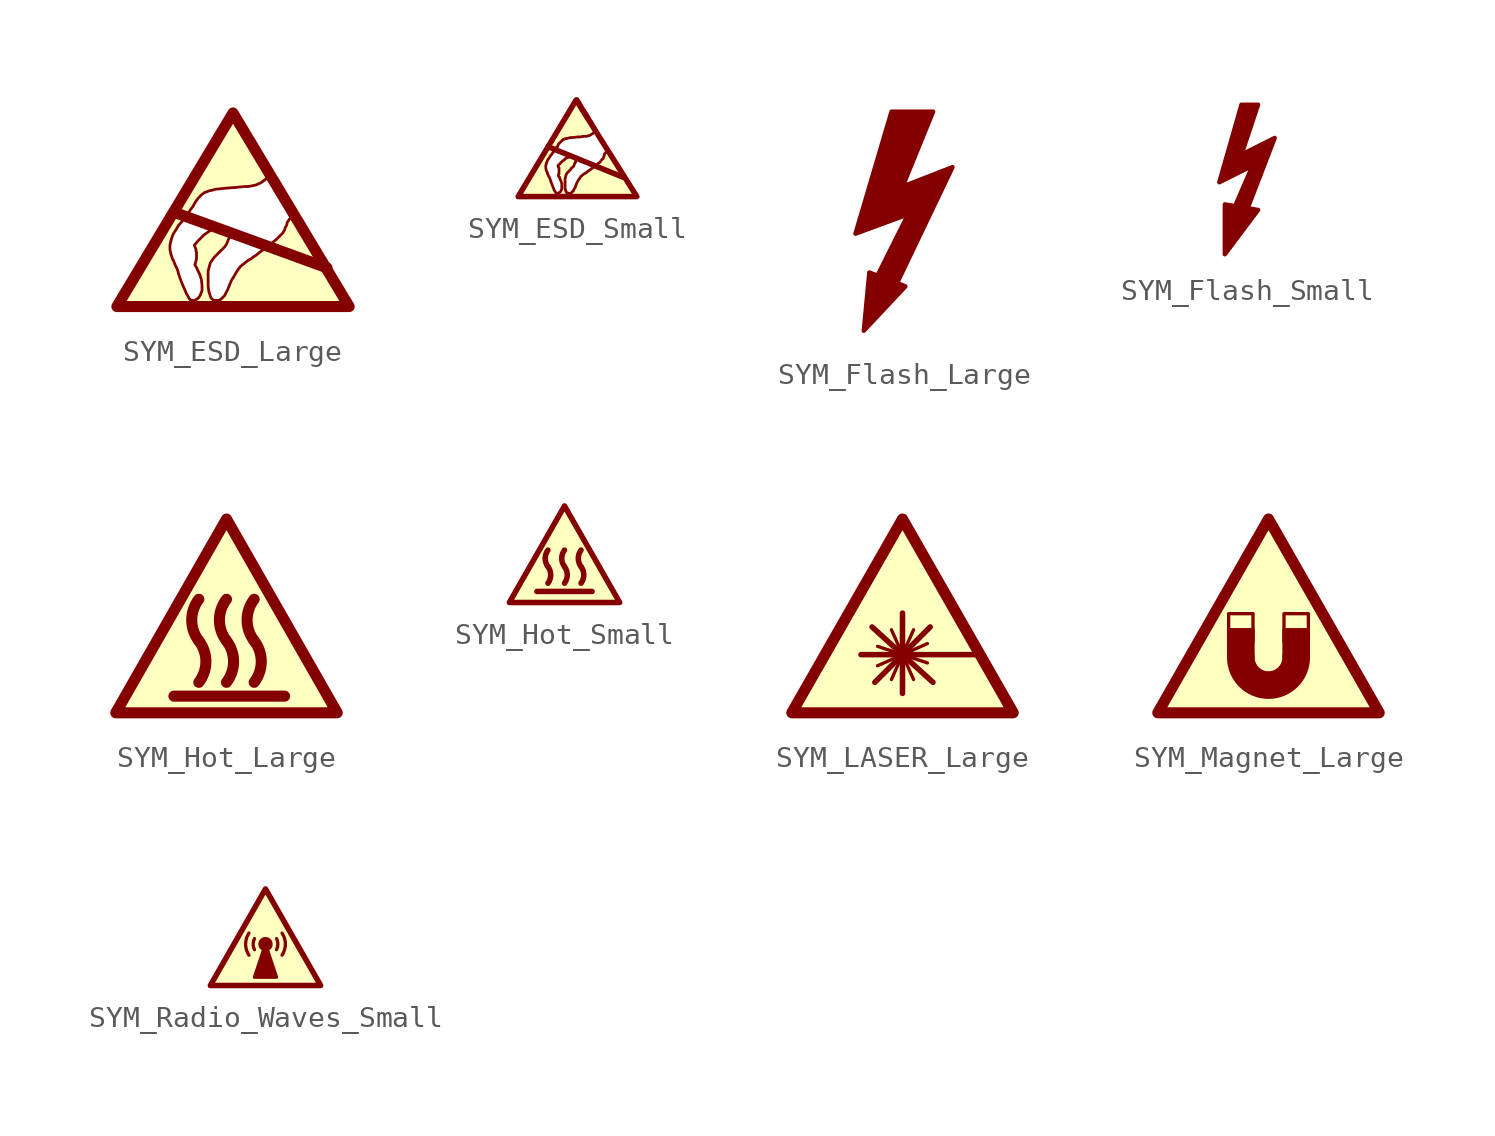
<source format=kicad_sym>
(kicad_symbol_lib
  (version 20241209)
  (generator "kicad_symbol_editor")
  (generator_version "9.0")
  (symbol "SYM_ESD_Large"
    (property "Reference" "#SYM"
      (at 0 5.08 0)
      (effects (font (size 1.27 1.27)) (hide yes)))
    (symbol "SYM_ESD_Large_0_0"
      (polyline (pts (xy -2.667 -0.762) (xy 4.318 -3.302)) (stroke (width 0.508) (type default)) (fill (type none)))
      (polyline (pts (xy 0.483 -5.131) (xy 5.385 -5.131) (xy 5.385 -5.105) (xy 5.334 -5.055) (xy 5.283 -4.953) (xy 5.207 -4.826) (xy 5.004 -4.47) (xy 4.877 -4.267) (xy 4.75 -4.039) (xy 4.14 -3.023) (xy 3.988 -2.743) (xy 3.531 -1.981) (xy 3.404 -1.753) (xy 3.277 -1.549) (xy 3.15 -1.372) (xy 3.073 -1.194) (xy 2.997 -1.067) (xy 2.921 -0.965) (xy 2.896 -0.889) (xy 2.845 -0.838) (xy 2.819 -0.864) (xy 2.769 -0.889) (xy 2.591 -1.067) (xy 2.489 -1.219) (xy 2.464 -1.346) (xy 2.413 -1.422) (xy 2.362 -1.575) (xy 2.286 -1.702) (xy 1.981 -2.007) (xy 1.854 -2.108) (xy 1.702 -2.235) (xy 1.549 -2.337) (xy 1.397 -2.464) (xy 1.219 -2.591) (xy 1.067 -2.718) (xy 0.914 -2.819) (xy 0.813 -2.896) (xy 0.711 -2.946) (xy 0.61 -3.023) (xy 0.356 -3.226) (xy 0.254 -3.353) (xy 0.152 -3.505) (xy 0.051 -3.683) (xy -0.076 -3.886) (xy -0.229 -4.267) (xy -0.381 -4.572) (xy -0.533 -4.724) (xy -0.61 -4.775) (xy -0.635 -4.801) (xy -0.838 -4.801) (xy -0.914 -4.775) (xy -1.016 -4.674) (xy -1.067 -4.521) (xy -1.118 -4.343) (xy -1.143 -4.115) (xy -1.143 -3.454) (xy -1.092 -3.251) (xy -1.041 -3.073) (xy -0.94 -2.921) (xy -0.838 -2.794) (xy -0.381 -2.337) (xy -0.305 -2.235) (xy -0.203 -1.981) (xy -0.178 -1.93) (xy -0.152 -1.829) (xy -0.127 -1.753) (xy -0.127 -1.727) (xy -0.203 -1.651) (xy -0.254 -1.575) (xy -0.356 -1.524) (xy -0.432 -1.448) (xy -0.508 -1.397) (xy -0.559 -1.346) (xy -0.61 -1.346) (xy -0.66 -1.372) (xy -0.737 -1.422) (xy -0.838 -1.473) (xy -0.965 -1.549) (xy -1.067 -1.6) (xy -1.168 -1.676) (xy -1.321 -1.778) (xy -1.6 -2.057) (xy -1.778 -2.261) (xy -1.727 -2.388) (xy -1.702 -2.438) (xy -1.702 -2.515) (xy -1.676 -2.591) (xy -1.676 -2.87) (xy -1.702 -2.997) (xy -1.727 -3.073) (xy -1.727 -3.099) (xy -1.753 -3.15) (xy -1.702 -3.251) (xy -1.651 -3.327) (xy -1.651 -3.353) (xy -1.524 -3.607) (xy -1.448 -3.861) (xy -1.422 -4.14) (xy -1.422 -4.343) (xy -1.448 -4.42) (xy -1.473 -4.47) (xy -1.499 -4.547) (xy -1.575 -4.674) (xy -1.676 -4.75) (xy -1.778 -4.801) (xy -1.88 -4.801) (xy -1.956 -4.775) (xy -2.007 -4.724) (xy -2.057 -4.623) (xy -2.134 -4.496) (xy -2.21 -4.318) (xy -2.311 -4.089) (xy -2.413 -3.835) (xy -2.515 -3.531) (xy -2.515 -3.505) (xy -2.565 -3.353) (xy -2.642 -3.2) (xy -2.743 -2.946) (xy -2.769 -2.921) (xy -2.845 -2.692) (xy -2.896 -2.464) (xy -2.896 -2.261) (xy -2.845 -2.032) (xy -2.769 -1.803) (xy -2.718 -1.702) (xy -2.616 -1.549) (xy -2.515 -1.372) (xy -2.362 -1.194) (xy -2.21 -0.991) (xy -2.108 -0.889) (xy -1.956 -0.635) (xy -1.88 -0.533) (xy -1.854 -0.508) (xy -1.727 -0.279) (xy -1.6 -0.102) (xy -1.448 0.051) (xy -1.321 0.152) (xy -1.168 0.203) (xy -1.118 0.229) (xy -0.991 0.254) (xy -0.813 0.305) (xy -0.584 0.33) (xy -0.33 0.356) (xy -0.025 0.381) (xy 0.025 0.381) (xy 0.279 0.406) (xy 0.508 0.432) (xy 0.686 0.432) (xy 0.838 0.457) (xy 0.965 0.483) (xy 1.067 0.508) (xy 1.168 0.559) (xy 1.245 0.584) (xy 1.321 0.635) (xy 1.524 0.787) (xy 1.727 0.991) (xy 1.727 1.041) (xy 1.702 1.092) (xy 1.651 1.168) (xy 1.6 1.27) (xy 1.499 1.422) (xy 1.422 1.6) (xy 1.168 2.007) (xy 1.041 2.235) (xy 0.66 2.87) (xy 0.508 3.099) (xy 0.406 3.302) (xy 0.305 3.454) (xy 0.229 3.581) (xy 0.152 3.683) (xy 0.102 3.759) (xy 0.051 3.861) (xy 0.025 3.886) (xy -0.051 3.886) (xy -0.051 3.861) (xy -0.127 3.785) (xy -0.152 3.734) (xy -0.203 3.658) (xy -0.254 3.556) (xy -0.406 3.302) (xy -0.508 3.15) (xy -0.61 2.972) (xy -0.737 2.769) (xy -1.041 2.261) (xy -1.219 1.956) (xy -1.422 1.626) (xy -1.88 0.864) (xy -2.134 0.406) (xy -2.438 -0.076) (xy -2.743 -0.61) (xy -2.921 -0.889) (xy -3.429 -1.753) (xy -3.658 -2.159) (xy -3.886 -2.54) (xy -4.115 -2.896) (xy -4.318 -3.251) (xy -4.521 -3.581) (xy -4.674 -3.886) (xy -4.851 -4.14) (xy -4.978 -4.394) (xy -5.105 -4.597) (xy -5.232 -4.775) (xy -5.359 -5.029) (xy -5.41 -5.105) (xy -5.41 -5.131) (xy -0.711 -5.131) (xy -0.025 -5.156) (xy 0.483 -5.131)) (stroke (width 0.127) (type default)) (fill (type background))))
    (symbol "SYM_ESD_Large_0_1"
      (polyline (pts (xy -5.334 -5.08) (xy 5.334 -5.08) (xy 0 3.81) (xy -5.334 -5.08)) (stroke (width 0.508) (type default)) (fill (type none)))))
  (symbol "SYM_ESD_Small"
    (property "Reference" "#SYM"
      (at 0 3.556 0)
      (effects (font (size 1.27 1.27)) (hide yes)))
    (symbol "SYM_ESD_Small_0_0"
      (polyline (pts (xy -2.667 -1.905) (xy 2.794 -1.905) (xy 0 2.54) (xy -2.667 -1.905)) (stroke (width 0.254) (type default)) (fill (type none)))
      (polyline (pts (xy -1.27 0.381) (xy 2.159 -1.016)) (stroke (width 0.254) (type default)) (fill (type none)))
      (polyline (pts (xy 2.743 -1.905) (xy 2.718 -1.88) (xy 2.616 -1.676) (xy 2.565 -1.6) (xy 2.489 -1.499) (xy 2.438 -1.372) (xy 1.753 -0.229) (xy 1.702 -0.127) (xy 1.626 -0.051) (xy 1.6 0.051) (xy 1.549 0.102) (xy 1.499 0.203) (xy 1.473 0.229) (xy 1.473 0.203) (xy 1.448 0.203) (xy 1.321 0.076) (xy 1.295 0.025) (xy 1.295 -0.025) (xy 1.27 -0.076) (xy 1.245 -0.152) (xy 1.143 -0.254) (xy 1.092 -0.33) (xy 1.041 -0.356) (xy 0.914 -0.483) (xy 0.762 -0.584) (xy 0.66 -0.66) (xy 0.508 -0.762) (xy 0.457 -0.813) (xy 0.356 -0.864) (xy 0.305 -0.914) (xy 0.229 -0.965) (xy 0.076 -1.194) (xy 0.025 -1.295) (xy -0.025 -1.422) (xy -0.051 -1.499) (xy -0.102 -1.575) (xy -0.127 -1.651) (xy -0.178 -1.676) (xy -0.203 -1.727) (xy -0.254 -1.753) (xy -0.406 -1.753) (xy -0.406 -1.727) (xy -0.457 -1.702) (xy -0.483 -1.626) (xy -0.508 -1.524) (xy -0.508 -1.092) (xy -0.457 -0.889) (xy -0.406 -0.813) (xy -0.254 -0.66) (xy -0.203 -0.584) (xy -0.127 -0.533) (xy -0.102 -0.483) (xy -0.076 -0.406) (xy -0.051 -0.356) (xy -0.025 -0.33) (xy -0.025 -0.279) (xy 0 -0.229) (xy -0.076 -0.152) (xy -0.127 -0.127) (xy -0.152 -0.076) (xy -0.203 -0.051) (xy -0.229 -0.025) (xy -0.254 -0.025) (xy -0.305 -0.076) (xy -0.356 -0.102) (xy -0.432 -0.127) (xy -0.483 -0.152) (xy -0.559 -0.229) (xy -0.61 -0.254) (xy -0.838 -0.483) (xy -0.813 -0.559) (xy -0.787 -0.584) (xy -0.787 -0.864) (xy -0.813 -0.889) (xy -0.813 -0.965) (xy -0.762 -1.016) (xy -0.762 -1.041) (xy -0.66 -1.295) (xy -0.66 -1.575) (xy -0.686 -1.6) (xy -0.686 -1.626) (xy -0.737 -1.702) (xy -0.838 -1.753) (xy -0.914 -1.753) (xy -0.94 -1.727) (xy -0.965 -1.676) (xy -1.016 -1.6) (xy -1.041 -1.524) (xy -1.143 -1.27) (xy -1.219 -1.041) (xy -1.27 -0.965) (xy -1.295 -0.889) (xy -1.321 -0.838) (xy -1.321 -0.813) (xy -1.372 -0.711) (xy -1.397 -0.584) (xy -1.397 -0.483) (xy -1.372 -0.381) (xy -1.321 -0.254) (xy -1.295 -0.203) (xy -1.194 -0.051) (xy -1.041 0.152) (xy -0.991 0.203) (xy -0.965 0.254) (xy -0.914 0.33) (xy -0.889 0.381) (xy -0.864 0.381) (xy -0.813 0.508) (xy -0.61 0.711) (xy -0.533 0.737) (xy -0.508 0.762) (xy -0.432 0.762) (xy -0.356 0.787) (xy -0.229 0.813) (xy -0.102 0.813) (xy 0.051 0.838) (xy 0.203 0.838) (xy 0.305 0.864) (xy 0.483 0.864) (xy 0.533 0.889) (xy 0.584 0.889) (xy 0.686 0.94) (xy 0.711 0.965) (xy 0.762 0.991) (xy 0.813 1.041) (xy 0.864 1.067) (xy 0.889 1.118) (xy 0.914 1.143) (xy 0.914 1.194) (xy 0.889 1.219) (xy 0.864 1.27) (xy 0.813 1.346) (xy 0.711 1.549) (xy 0.635 1.651) (xy 0.584 1.753) (xy 0.508 1.88) (xy 0.457 1.956) (xy 0.381 2.083) (xy 0.305 2.184) (xy 0.254 2.286) (xy 0.203 2.362) (xy 0.178 2.438) (xy 0.102 2.515) (xy 0.102 2.54) (xy 0.076 2.565) (xy 0.076 2.591) (xy 0.025 2.591) (xy 0.025 2.565) (xy -0.025 2.515) (xy -0.102 2.362) (xy -0.254 2.134) (xy -0.305 2.032) (xy -0.457 1.778) (xy -0.559 1.626) (xy -0.762 1.27) (xy -0.889 1.067) (xy -1.016 0.838) (xy -1.168 0.61) (xy -1.321 0.33) (xy -1.397 0.203) (xy -1.524 -0.025) (xy -1.778 -0.432) (xy -1.88 -0.635) (xy -2.007 -0.813) (xy -2.108 -0.991) (xy -2.21 -1.143) (xy -2.286 -1.295) (xy -2.438 -1.549) (xy -2.489 -1.651) (xy -2.565 -1.753) (xy -2.591 -1.829) (xy -2.616 -1.88) (xy -2.642 -1.905) (xy -2.642 -1.93) (xy 2.743 -1.93) (xy 2.743 -1.905)) (stroke (width 0.127) (type default)) (fill (type background)))))
  (symbol "SYM_Flash_Large"
    (property "Reference" "#SYM"
      (at -3.81 0 90)
      (effects (font (size 1.27 1.27)) (hide yes)))
    (symbol "SYM_Flash_Large_0_1"
      (polyline (pts (xy -0.508 4.445) (xy 1.397 4.445) (xy 0 1.016) (xy 2.286 1.905) (xy -0.508 -3.937) (xy -1.397 -3.556) (xy 0.254 -0.254) (xy -2.159 -1.143) (xy -0.508 4.445)) (stroke (width 0.203) (type default)) (fill (type outline)))
      (polyline (pts (xy 0.127 -3.556) (xy -1.524 -2.921) (xy -1.778 -5.588) (xy 0.127 -3.556)) (stroke (width 0.203) (type default)) (fill (type outline)))))
  (symbol "SYM_Flash_Small"
    (property "Reference" "#SYM"
      (at -2.286 0 90)
      (effects (font (size 1.27 1.27)) (hide yes)))
    (symbol "SYM_Flash_Small_0_1"
      (polyline (pts (xy -0.254 3.81) (xy 0.508 3.81) (xy -0.254 1.524) (xy 1.27 2.286) (xy 0 -1.016) (xy -0.508 -0.762) (xy 0.254 1.016) (xy -1.27 0.254) (xy -0.254 3.81)) (stroke (width 0.203) (type default)) (fill (type outline)))
      (polyline (pts (xy 0.508 -1.016) (xy -1.016 -0.762) (xy -1.016 -3.048) (xy 0.508 -1.016)) (stroke (width 0.203) (type default)) (fill (type outline)))))
  (symbol "SYM_Hot_Large"
    (property "Reference" "#SYM"
      (at 0 5.08 0)
      (effects (font (size 1.27 1.27)) (hide yes)))
    (symbol "SYM_Hot_Large_0_1"
      (polyline (pts (xy -5.08 -5.08) (xy 5.08 -5.08) (xy 0 3.81) (xy -5.08 -5.08)) (stroke (width 0.508) (type default)) (fill (type background)))
      (arc (start -1.27 -1.778) (mid -0.9449 -2.7305) (end -1.27 -3.683) (stroke (width 0.508) (type default)) (fill (type none)))
      (polyline (pts (xy -2.413 -4.318) (xy 2.667 -4.318)) (stroke (width 0.508) (type default)) (fill (type none)))
      (arc (start 0 -1.778) (mid 0.3251 -2.7305) (end 0 -3.683) (stroke (width 0.508) (type default)) (fill (type none)))
      (arc (start -1.27 -1.778) (mid -1.5951 -0.8255) (end -1.27 0.127) (stroke (width 0.508) (type default)) (fill (type none)))
      (arc (start 1.27 -1.778) (mid 1.5951 -2.7305) (end 1.27 -3.683) (stroke (width 0.508) (type default)) (fill (type none)))
      (arc (start 0 -1.778) (mid -0.3251 -0.8255) (end 0 0.127) (stroke (width 0.508) (type default)) (fill (type none)))
      (arc (start 1.27 -1.778) (mid 0.9449 -0.8255) (end 1.27 0.127) (stroke (width 0.508) (type default)) (fill (type none)))))
  (symbol "SYM_Hot_Small"
    (property "Reference" "#SYM"
      (at 0 3.556 0)
      (effects (font (size 1.27 1.27)) (hide yes)))
    (symbol "SYM_Hot_Small_0_1"
      (polyline (pts (xy -2.54 -1.905) (xy 2.54 -1.905) (xy 0 2.54) (xy -2.54 -1.905)) (stroke (width 0.254) (type default)) (fill (type background)))
      (arc (start -0.762 -0.254) (mid -0.635 -0.635) (end -0.762 -1.016) (stroke (width 0.254) (type default)) (fill (type none)))
      (arc (start 0 -0.254) (mid 0.127 -0.635) (end 0 -1.016) (stroke (width 0.254) (type default)) (fill (type none)))
      (arc (start -0.762 -0.254) (mid -0.889 0.127) (end -0.762 0.508) (stroke (width 0.254) (type default)) (fill (type none)))
      (arc (start 0.762 -0.254) (mid 0.889 -0.635) (end 0.762 -1.016) (stroke (width 0.254) (type default)) (fill (type none)))
      (arc (start 0 -0.254) (mid -0.127 0.127) (end 0 0.508) (stroke (width 0.254) (type default)) (fill (type none)))
      (arc (start 0.762 -0.254) (mid 0.635 0.127) (end 0.762 0.508) (stroke (width 0.254) (type default)) (fill (type none)))
      (polyline (pts (xy 1.27 -1.397) (xy -1.27 -1.397)) (stroke (width 0.254) (type default)) (fill (type none)))))
  (symbol "SYM_LASER_Large"
    (property "Reference" "#SYM"
      (at 0 5.08 0)
      (effects (font (size 1.27 1.27)) (hide yes)))
    (symbol "SYM_LASER_Large_0_1"
      (polyline (pts (xy -5.08 -5.08) (xy 5.08 -5.08) (xy 0 3.81) (xy -5.08 -5.08)) (stroke (width 0.508) (type default)) (fill (type background)))
      (polyline (pts (xy -1.905 -2.413) (xy 3.556 -2.413)) (stroke (width 0.254) (type default)) (fill (type none)))
      (polyline (pts (xy -1.27 -3.683) (xy 1.27 -1.143)) (stroke (width 0.254) (type default)) (fill (type none)))
      (polyline (pts (xy -1.143 -2.032) (xy 1.143 -2.794)) (stroke (width 0) (type default)) (fill (type none)))
      (polyline (pts (xy -1.143 -2.921) (xy 1.143 -1.905)) (stroke (width 0) (type default)) (fill (type none)))
      (polyline (pts (xy -0.508 -1.27) (xy 0.508 -3.556)) (stroke (width 0) (type default)) (fill (type none)))
      (polyline (pts (xy 0 -4.191) (xy 0 -0.508)) (stroke (width 0.254) (type default)) (fill (type none)))
      (polyline (pts (xy 0.508 -1.27) (xy -0.508 -3.556)) (stroke (width 0) (type default)) (fill (type none)))
      (polyline (pts (xy 1.397 -3.683) (xy -1.397 -1.143)) (stroke (width 0.254) (type default)) (fill (type none)))))
  (symbol "SYM_Magnet_Large"
    (property "Reference" "#SYM"
      (at 0 5.08 0)
      (effects (font (size 1.27 1.27)) (hide yes)))
    (symbol "SYM_Magnet_Large_0_1"
      (polyline (pts (xy -5.08 -5.08) (xy 5.08 -5.08) (xy 0 3.81) (xy -5.08 -5.08)) (stroke (width 0.508) (type default)) (fill (type background)))
      (rectangle (start -1.829 -0.533) (end -0.711 -1.803) (stroke (width 0) (type default)) (fill (type background)))
      (rectangle (start -1.829 -1.27) (end -0.711 -2.54) (stroke (width 0) (type default)) (fill (type outline)))
      (arc (start 1.27 -2.54) (mid 0 -3.8045) (end -1.27 -2.54) (stroke (width 1.27) (type default)) (fill (type none)))
      (rectangle (start 0.711 -0.533) (end 1.829 -1.803) (stroke (width 0) (type default)) (fill (type background)))
      (rectangle (start 0.711 -1.27) (end 1.829 -2.54) (stroke (width 0) (type default)) (fill (type outline)))))
  (symbol "SYM_Radio_Waves_Small"
    (property "Reference" "#SYM"
      (at 0 3.556 0)
      (effects (font (size 1.27 1.27)) (hide yes)))
    (symbol "SYM_Radio_Waves_Small_0_1"
      (polyline (pts (xy -2.54 -1.905) (xy 2.54 -1.905) (xy 0 2.54) (xy -2.54 -1.905)) (stroke (width 0.254) (type default)) (fill (type background)))
      (polyline (pts (xy -0.508 -1.524) (xy 0.508 -1.524) (xy 0 0) (xy -0.508 -1.524)) (stroke (width 0) (type default)) (fill (type outline)))
      (arc (start -0.508 -0.254) (mid -0.568 0) (end -0.508 0.254) (stroke (width 0) (type default)) (fill (type none)))
      (arc (start 0.762 0.508) (mid 0.9158 0) (end 0.762 -0.508) (stroke (width 0) (type default)) (fill (type none)))
      (arc (start -0.762 -0.508) (mid -0.9158 0) (end -0.762 0.508) (stroke (width 0) (type default)) (fill (type none)))
      (circle (center 0 0) (radius 0.254) (stroke (width 0) (type default)) (fill (type outline)))
      (arc (start 0.508 0.254) (mid 0.568 0) (end 0.508 -0.254) (stroke (width 0) (type default)) (fill (type none))))))
</source>
